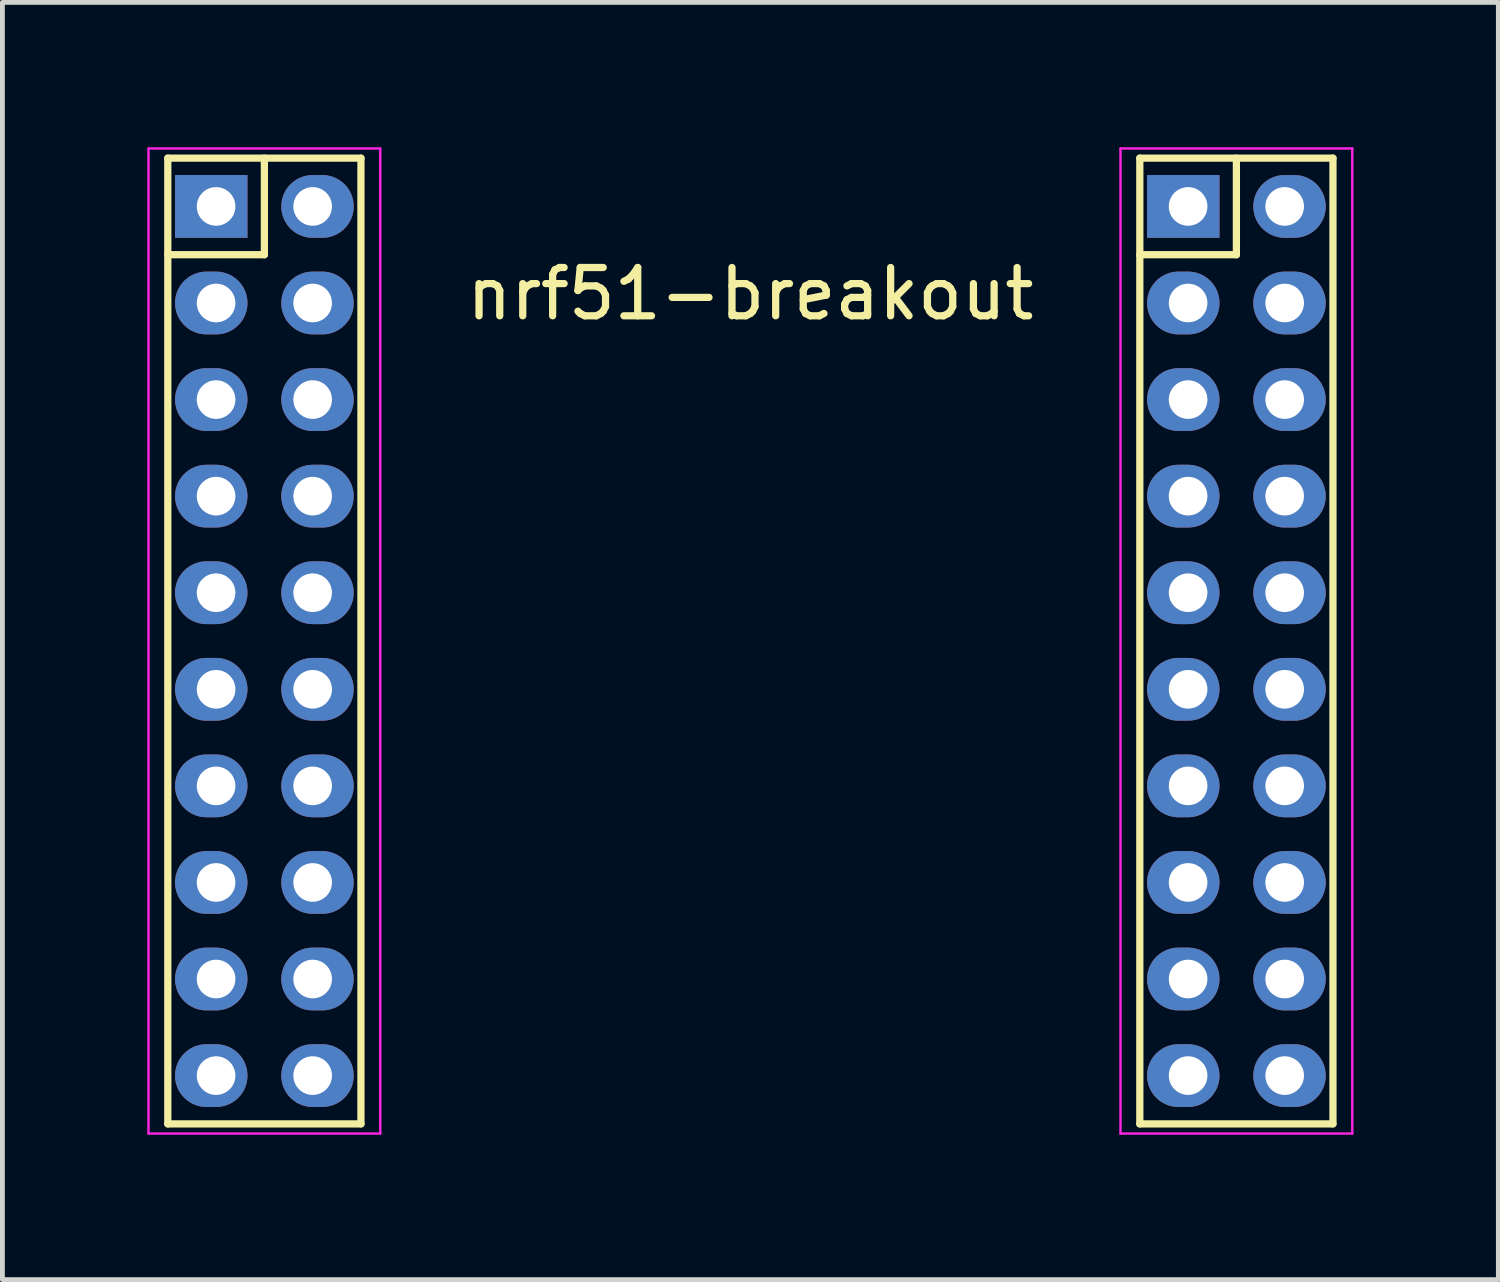
<source format=kicad_pcb>
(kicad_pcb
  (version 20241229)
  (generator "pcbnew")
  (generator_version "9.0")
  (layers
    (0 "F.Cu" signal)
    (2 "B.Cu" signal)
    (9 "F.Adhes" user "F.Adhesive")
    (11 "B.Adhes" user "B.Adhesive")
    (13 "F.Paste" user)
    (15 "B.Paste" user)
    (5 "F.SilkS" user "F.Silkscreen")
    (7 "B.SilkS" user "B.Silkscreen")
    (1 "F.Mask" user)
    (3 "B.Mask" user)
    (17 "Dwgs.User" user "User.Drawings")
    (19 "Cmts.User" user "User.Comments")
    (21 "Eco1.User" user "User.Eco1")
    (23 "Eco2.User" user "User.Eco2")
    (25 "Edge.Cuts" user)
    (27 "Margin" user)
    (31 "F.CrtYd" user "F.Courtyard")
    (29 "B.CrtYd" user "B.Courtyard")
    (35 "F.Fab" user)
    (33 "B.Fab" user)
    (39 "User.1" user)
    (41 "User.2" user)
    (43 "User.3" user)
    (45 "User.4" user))
  (footprint "nrf51-breakout"
    (layer "F.Cu")
    (at 12.49 9.435)
    (property "Reference" "nrf51-breakout" (at 0 -6.4 0) (layer "F.SilkS") (effects (font (size 1 1) (thickness 0.15))))
    (attr through_hole)
    (fp_line (start -12.065 -9.21) (end -8.065 -9.21) (stroke (width 0.15) (type solid)) (layer "F.SilkS"))
    (fp_line (start -12.065 10.79) (end -12.065 -9.21) (stroke (width 0.15) (type solid)) (layer "F.SilkS"))
    (fp_line (start -10.065 -9.21) (end -10.065 -7.21) (stroke (width 0.15) (type solid)) (layer "F.SilkS"))
    (fp_line (start -10.065 -7.21) (end -12.065 -7.21) (stroke (width 0.15) (type solid)) (layer "F.SilkS"))
    (fp_line (start -8.065 -9.21) (end -8.065 10.79) (stroke (width 0.15) (type solid)) (layer "F.SilkS"))
    (fp_line (start -8.065 10.79) (end -12.065 10.79) (stroke (width 0.15) (type solid)) (layer "F.SilkS"))
    (fp_line (start 8.065 -9.21) (end 12.065 -9.21) (stroke (width 0.15) (type solid)) (layer "F.SilkS"))
    (fp_line (start 8.065 10.79) (end 8.065 -9.21) (stroke (width 0.15) (type solid)) (layer "F.SilkS"))
    (fp_line (start 10.065 -9.21) (end 10.065 -7.21) (stroke (width 0.15) (type solid)) (layer "F.SilkS"))
    (fp_line (start 10.065 -7.21) (end 8.065 -7.21) (stroke (width 0.15) (type solid)) (layer "F.SilkS"))
    (fp_line (start 12.065 -9.21) (end 12.065 10.79) (stroke (width 0.15) (type solid)) (layer "F.SilkS"))
    (fp_line (start 12.065 10.79) (end 8.065 10.79) (stroke (width 0.15) (type solid)) (layer "F.SilkS"))
    (fp_line (start -12.465 -9.41) (end -12.465 10.99) (stroke (width 0.05) (type solid)) (layer "F.CrtYd"))
    (fp_line (start -12.465 10.99) (end -7.665 10.99) (stroke (width 0.05) (type solid)) (layer "F.CrtYd"))
    (fp_line (start -7.665 -9.41) (end -12.465 -9.41) (stroke (width 0.05) (type solid)) (layer "F.CrtYd"))
    (fp_line (start -7.665 10.99) (end -7.665 -9.41) (stroke (width 0.05) (type solid)) (layer "F.CrtYd"))
    (fp_line (start 7.665 -9.41) (end 7.665 10.99) (stroke (width 0.05) (type solid)) (layer "F.CrtYd"))
    (fp_line (start 7.665 10.99) (end 12.465 10.99) (stroke (width 0.05) (type solid)) (layer "F.CrtYd"))
    (fp_line (start 12.465 -9.41) (end 7.665 -9.41) (stroke (width 0.05) (type solid)) (layer "F.CrtYd"))
    (fp_line (start 12.465 10.99) (end 12.465 -9.41) (stroke (width 0.05) (type solid)) (layer "F.CrtYd"))
    (pad "1" thru_hole rect (at -11.065 -8.21 270) (size 1.3 1.5) (drill 0.8 (offset 0 0.1)) (layers "*.Cu" "*.Mask"))
    (pad "2" thru_hole oval (at -9.065 -8.21 270) (size 1.3 1.5) (drill 0.8 (offset 0 -0.1)) (layers "*.Cu" "*.Mask"))
    (pad "3" thru_hole oval (at -11.065 -6.21 270) (size 1.3 1.5) (drill 0.8 (offset 0 0.1)) (layers "*.Cu" "*.Mask"))
    (pad "4" thru_hole oval (at -9.065 -6.21 270) (size 1.3 1.5) (drill 0.8 (offset 0 -0.1)) (layers "*.Cu" "*.Mask"))
    (pad "5" thru_hole oval (at -11.065 -4.21 270) (size 1.3 1.5) (drill 0.8 (offset 0 0.1)) (layers "*.Cu" "*.Mask"))
    (pad "6" thru_hole oval (at -9.065 -4.21 270) (size 1.3 1.5) (drill 0.8 (offset 0 -0.1)) (layers "*.Cu" "*.Mask"))
    (pad "7" thru_hole oval (at -11.065 -2.21 270) (size 1.3 1.5) (drill 0.8 (offset 0 0.1)) (layers "*.Cu" "*.Mask"))
    (pad "8" thru_hole oval (at -9.065 -2.21 270) (size 1.3 1.5) (drill 0.8 (offset 0 -0.1)) (layers "*.Cu" "*.Mask"))
    (pad "9" thru_hole oval (at -11.065 -0.21 270) (size 1.3 1.5) (drill 0.8 (offset 0 0.1)) (layers "*.Cu" "*.Mask"))
    (pad "10" thru_hole oval (at -9.065 -0.21 270) (size 1.3 1.5) (drill 0.8 (offset 0 -0.1)) (layers "*.Cu" "*.Mask"))
    (pad "11" thru_hole oval (at -11.065 1.79 270) (size 1.3 1.5) (drill 0.8 (offset 0 0.1)) (layers "*.Cu" "*.Mask"))
    (pad "12" thru_hole oval (at -9.065 1.79 270) (size 1.3 1.5) (drill 0.8 (offset 0 -0.1)) (layers "*.Cu" "*.Mask"))
    (pad "13" thru_hole oval (at -11.065 3.79 270) (size 1.3 1.5) (drill 0.8 (offset 0 0.1)) (layers "*.Cu" "*.Mask"))
    (pad "14" thru_hole oval (at -9.065 3.79 270) (size 1.3 1.5) (drill 0.8 (offset 0 -0.1)) (layers "*.Cu" "*.Mask"))
    (pad "15" thru_hole oval (at -11.065 5.79 270) (size 1.3 1.5) (drill 0.8 (offset 0 0.1)) (layers "*.Cu" "*.Mask"))
    (pad "16" thru_hole oval (at -9.065 5.79 270) (size 1.3 1.5) (drill 0.8 (offset 0 -0.1)) (layers "*.Cu" "*.Mask"))
    (pad "17" thru_hole oval (at -11.065 7.79 270) (size 1.3 1.5) (drill 0.8 (offset 0 0.1)) (layers "*.Cu" "*.Mask"))
    (pad "18" thru_hole oval (at -9.065 7.79 270) (size 1.3 1.5) (drill 0.8 (offset 0 -0.1)) (layers "*.Cu" "*.Mask"))
    (pad "19" thru_hole rect (at 9.065 -8.21 270) (size 1.3 1.5) (drill 0.8 (offset 0 0.1)) (layers "*.Cu" "*.Mask"))
    (pad "20" thru_hole oval (at 11.065 -8.21 270) (size 1.3 1.5) (drill 0.8 (offset 0 -0.1)) (layers "*.Cu" "*.Mask"))
    (pad "21" thru_hole oval (at 9.065 -6.21 270) (size 1.3 1.5) (drill 0.8 (offset 0 0.1)) (layers "*.Cu" "*.Mask"))
    (pad "22" thru_hole oval (at 11.065 -6.21 270) (size 1.3 1.5) (drill 0.8 (offset 0 -0.1)) (layers "*.Cu" "*.Mask"))
    (pad "23" thru_hole oval (at 9.065 -4.21 270) (size 1.3 1.5) (drill 0.8 (offset 0 0.1)) (layers "*.Cu" "*.Mask"))
    (pad "24" thru_hole oval (at 11.065 -4.21 270) (size 1.3 1.5) (drill 0.8 (offset 0 -0.1)) (layers "*.Cu" "*.Mask"))
    (pad "25" thru_hole oval (at 9.065 -2.21 270) (size 1.3 1.5) (drill 0.8 (offset 0 0.1)) (layers "*.Cu" "*.Mask"))
    (pad "26" thru_hole oval (at 11.065 -2.21 270) (size 1.3 1.5) (drill 0.8 (offset 0 -0.1)) (layers "*.Cu" "*.Mask"))
    (pad "27" thru_hole oval (at 9.065 -0.21 270) (size 1.3 1.5) (drill 0.8 (offset 0 0.1)) (layers "*.Cu" "*.Mask"))
    (pad "28" thru_hole oval (at 11.065 -0.21 270) (size 1.3 1.5) (drill 0.8 (offset 0 -0.1)) (layers "*.Cu" "*.Mask"))
    (pad "29" thru_hole oval (at 9.065 1.79 270) (size 1.3 1.5) (drill 0.8 (offset 0 0.1)) (layers "*.Cu" "*.Mask"))
    (pad "30" thru_hole oval (at 11.065 1.79 270) (size 1.3 1.5) (drill 0.8 (offset 0 -0.1)) (layers "*.Cu" "*.Mask"))
    (pad "31" thru_hole oval (at 9.065 3.79 270) (size 1.3 1.5) (drill 0.8 (offset 0 0.1)) (layers "*.Cu" "*.Mask"))
    (pad "32" thru_hole oval (at 11.065 3.79 270) (size 1.3 1.5) (drill 0.8 (offset 0 -0.1)) (layers "*.Cu" "*.Mask"))
    (pad "33" thru_hole oval (at 9.065 5.79 270) (size 1.3 1.5) (drill 0.8 (offset 0 0.1)) (layers "*.Cu" "*.Mask"))
    (pad "34" thru_hole oval (at 11.065 5.79 270) (size 1.3 1.5) (drill 0.8 (offset 0 -0.1)) (layers "*.Cu" "*.Mask"))
    (pad "35" thru_hole oval (at 9.065 7.79 270) (size 1.3 1.5) (drill 0.8 (offset 0 0.1)) (layers "*.Cu" "*.Mask"))
    (pad "36" thru_hole oval (at 11.065 7.79 270) (size 1.3 1.5) (drill 0.8 (offset 0 -0.1)) (layers "*.Cu" "*.Mask"))
    (pad "37" thru_hole oval (at -11.065 9.79 270) (size 1.3 1.5) (drill 0.8 (offset 0 0.1)) (layers "*.Cu" "*.Mask"))
    (pad "38" thru_hole oval (at -9.065 9.79 270) (size 1.3 1.5) (drill 0.8 (offset 0 -0.1)) (layers "*.Cu" "*.Mask"))
    (pad "39" thru_hole oval (at 9.065 9.79 270) (size 1.3 1.5) (drill 0.8 (offset 0 0.1)) (layers "*.Cu" "*.Mask"))
    (pad "40" thru_hole oval (at 11.065 9.79 270) (size 1.3 1.5) (drill 0.8 (offset 0 -0.1)) (layers "*.Cu" "*.Mask")))
  (gr_rect
    (start -3 -3)
    (end 27.98 23.45)
    (stroke (width 0.1) (type default))
    (fill no)
    (layer "Edge.Cuts")))
</source>
